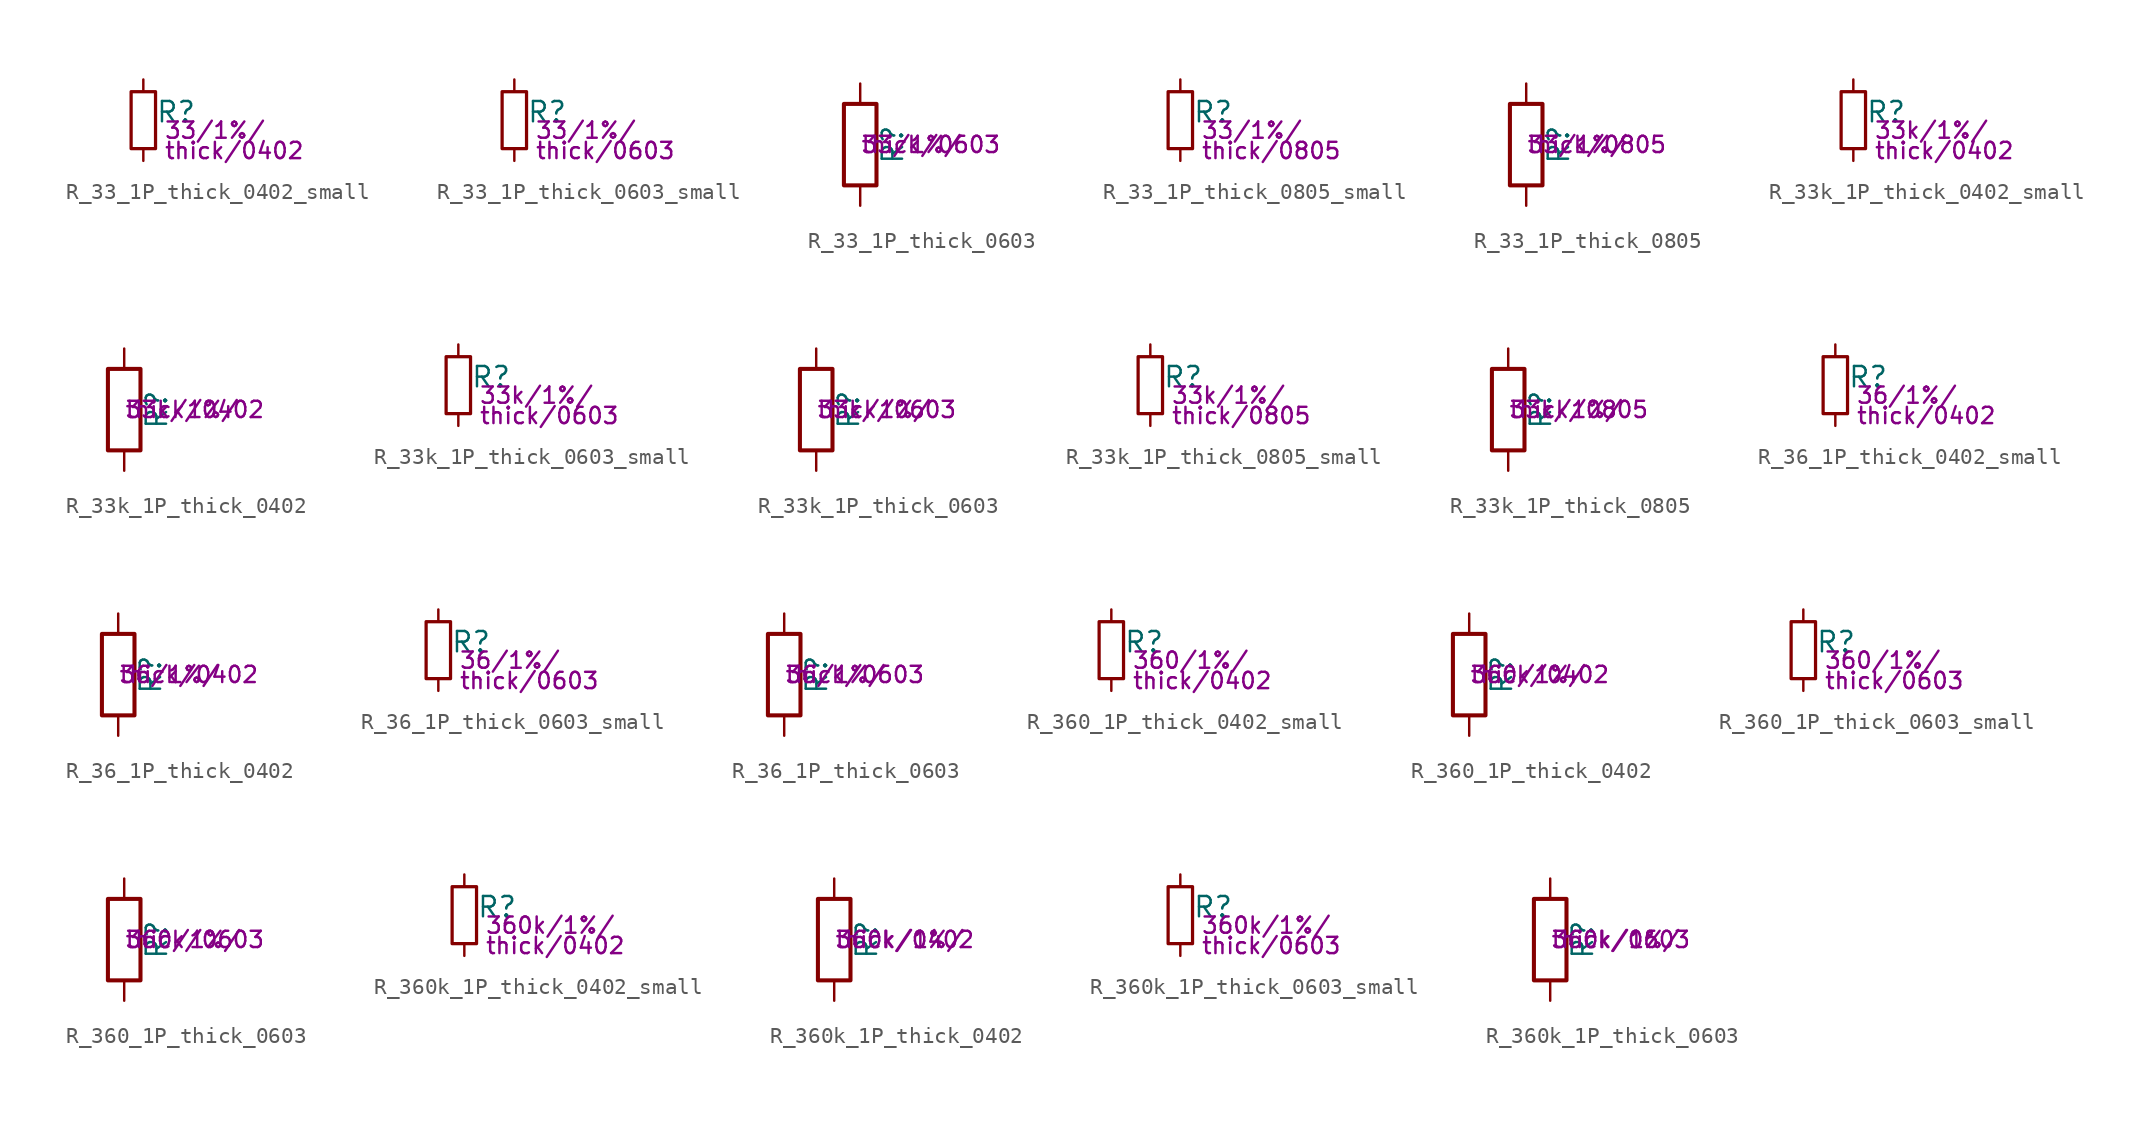
<source format=kicad_sym>
(kicad_symbol_lib
  (version 20211014)
  (generator kicad_symbol_editor)
  (symbol "R_33_1P_thick_0402_small"
    (pin_numbers hide)
    (pin_names
      (offset 0.254) hide)
    (property "Reference" "R"
      (at 0.762 0.508 0)
      (effects (font (size 1.27 1.27)) (justify left)))
    (property "Params" "33/1%/"
      (at 1.27 -0.635 0)
      (effects (font (size 1.016 1.016)) (justify left)))
    (property "Params2" "thick/0402"
      (at 1.27 -1.905 0)
      (effects (font (size 1.016 1.016)) (justify left)))
    (symbol "R_33_1P_thick_0402_small_0_1"
      (rectangle (start -0.762 1.778) (end 0.762 -1.778) (stroke (width 0.203) (type default) (color 0 0 0 0)) (fill (type none))))
    (symbol "R_33_1P_thick_0402_small_1_1"
      (pin passive line (at 0 2.54 270) (length 0.762) (name "~" (effects (font (size 1.27 1.27)))) (number "1" (effects (font (size 1.27 1.27)))))
      (pin passive line (at 0 -2.54 90) (length 0.762) (name "~" (effects (font (size 1.27 1.27)))) (number "2" (effects (font (size 1.27 1.27)))))))
  (symbol "R_33_1P_thick_0603_small"
    (pin_numbers hide)
    (pin_names
      (offset 0.254) hide)
    (property "Reference" "R"
      (at 0.762 0.508 0)
      (effects (font (size 1.27 1.27)) (justify left)))
    (property "Params" "33/1%/"
      (at 1.27 -0.635 0)
      (effects (font (size 1.016 1.016)) (justify left)))
    (property "Params2" "thick/0603"
      (at 1.27 -1.905 0)
      (effects (font (size 1.016 1.016)) (justify left)))
    (symbol "R_33_1P_thick_0603_small_0_1"
      (rectangle (start -0.762 1.778) (end 0.762 -1.778) (stroke (width 0.203) (type default) (color 0 0 0 0)) (fill (type none))))
    (symbol "R_33_1P_thick_0603_small_1_1"
      (pin passive line (at 0 2.54 270) (length 0.762) (name "~" (effects (font (size 1.27 1.27)))) (number "1" (effects (font (size 1.27 1.27)))))
      (pin passive line (at 0 -2.54 90) (length 0.762) (name "~" (effects (font (size 1.27 1.27)))) (number "2" (effects (font (size 1.27 1.27)))))))
  (symbol "R_33_1P_thick_0603"
    (pin_numbers hide)
    (pin_names
      (offset 0))
    (property "Reference" "R"
      (at 2.032 0 90)
      (effects (font (size 1.27 1.27))))
    (property "Params" "33/1%/"
      (at 0 0 0)
      (effects (font (size 1.016 1.016)) (justify left)))
    (property "Params2" "thick/0603"
      (at 0 0 0)
      (effects (font (size 1.016 1.016)) (justify left)))
    (symbol "R_33_1P_thick_0603_0_1"
      (rectangle (start -1.016 -2.54) (end 1.016 2.54) (stroke (width 0.254) (type default) (color 0 0 0 0)) (fill (type none))))
    (symbol "R_33_1P_thick_0603_1_1"
      (pin passive line (at 0 3.81 270) (length 1.27) (name "~" (effects (font (size 1.27 1.27)))) (number "1" (effects (font (size 1.27 1.27)))))
      (pin passive line (at 0 -3.81 90) (length 1.27) (name "~" (effects (font (size 1.27 1.27)))) (number "2" (effects (font (size 1.27 1.27)))))))
  (symbol "R_33_1P_thick_0805_small"
    (pin_numbers hide)
    (pin_names
      (offset 0.254) hide)
    (property "Reference" "R"
      (at 0.762 0.508 0)
      (effects (font (size 1.27 1.27)) (justify left)))
    (property "Params" "33/1%/"
      (at 1.27 -0.635 0)
      (effects (font (size 1.016 1.016)) (justify left)))
    (property "Params2" "thick/0805"
      (at 1.27 -1.905 0)
      (effects (font (size 1.016 1.016)) (justify left)))
    (symbol "R_33_1P_thick_0805_small_0_1"
      (rectangle (start -0.762 1.778) (end 0.762 -1.778) (stroke (width 0.203) (type default) (color 0 0 0 0)) (fill (type none))))
    (symbol "R_33_1P_thick_0805_small_1_1"
      (pin passive line (at 0 2.54 270) (length 0.762) (name "~" (effects (font (size 1.27 1.27)))) (number "1" (effects (font (size 1.27 1.27)))))
      (pin passive line (at 0 -2.54 90) (length 0.762) (name "~" (effects (font (size 1.27 1.27)))) (number "2" (effects (font (size 1.27 1.27)))))))
  (symbol "R_33_1P_thick_0805"
    (pin_numbers hide)
    (pin_names
      (offset 0))
    (property "Reference" "R"
      (at 2.032 0 90)
      (effects (font (size 1.27 1.27))))
    (property "Params" "33/1%/"
      (at 0 0 0)
      (effects (font (size 1.016 1.016)) (justify left)))
    (property "Params2" "thick/0805"
      (at 0 0 0)
      (effects (font (size 1.016 1.016)) (justify left)))
    (symbol "R_33_1P_thick_0805_0_1"
      (rectangle (start -1.016 -2.54) (end 1.016 2.54) (stroke (width 0.254) (type default) (color 0 0 0 0)) (fill (type none))))
    (symbol "R_33_1P_thick_0805_1_1"
      (pin passive line (at 0 3.81 270) (length 1.27) (name "~" (effects (font (size 1.27 1.27)))) (number "1" (effects (font (size 1.27 1.27)))))
      (pin passive line (at 0 -3.81 90) (length 1.27) (name "~" (effects (font (size 1.27 1.27)))) (number "2" (effects (font (size 1.27 1.27)))))))
  (symbol "R_33k_1P_thick_0402_small"
    (pin_numbers hide)
    (pin_names
      (offset 0.254) hide)
    (property "Reference" "R"
      (at 0.762 0.508 0)
      (effects (font (size 1.27 1.27)) (justify left)))
    (property "Params" "33k/1%/"
      (at 1.27 -0.635 0)
      (effects (font (size 1.016 1.016)) (justify left)))
    (property "Params2" "thick/0402"
      (at 1.27 -1.905 0)
      (effects (font (size 1.016 1.016)) (justify left)))
    (symbol "R_33k_1P_thick_0402_small_0_1"
      (rectangle (start -0.762 1.778) (end 0.762 -1.778) (stroke (width 0.203) (type default) (color 0 0 0 0)) (fill (type none))))
    (symbol "R_33k_1P_thick_0402_small_1_1"
      (pin passive line (at 0 2.54 270) (length 0.762) (name "~" (effects (font (size 1.27 1.27)))) (number "1" (effects (font (size 1.27 1.27)))))
      (pin passive line (at 0 -2.54 90) (length 0.762) (name "~" (effects (font (size 1.27 1.27)))) (number "2" (effects (font (size 1.27 1.27)))))))
  (symbol "R_33k_1P_thick_0402"
    (pin_numbers hide)
    (pin_names
      (offset 0))
    (property "Reference" "R"
      (at 2.032 0 90)
      (effects (font (size 1.27 1.27))))
    (property "Params" "33k/1%/"
      (at 0 0 0)
      (effects (font (size 1.016 1.016)) (justify left)))
    (property "Params2" "thick/0402"
      (at 0 0 0)
      (effects (font (size 1.016 1.016)) (justify left)))
    (symbol "R_33k_1P_thick_0402_0_1"
      (rectangle (start -1.016 -2.54) (end 1.016 2.54) (stroke (width 0.254) (type default) (color 0 0 0 0)) (fill (type none))))
    (symbol "R_33k_1P_thick_0402_1_1"
      (pin passive line (at 0 3.81 270) (length 1.27) (name "~" (effects (font (size 1.27 1.27)))) (number "1" (effects (font (size 1.27 1.27)))))
      (pin passive line (at 0 -3.81 90) (length 1.27) (name "~" (effects (font (size 1.27 1.27)))) (number "2" (effects (font (size 1.27 1.27)))))))
  (symbol "R_33k_1P_thick_0603_small"
    (pin_numbers hide)
    (pin_names
      (offset 0.254) hide)
    (property "Reference" "R"
      (at 0.762 0.508 0)
      (effects (font (size 1.27 1.27)) (justify left)))
    (property "Params" "33k/1%/"
      (at 1.27 -0.635 0)
      (effects (font (size 1.016 1.016)) (justify left)))
    (property "Params2" "thick/0603"
      (at 1.27 -1.905 0)
      (effects (font (size 1.016 1.016)) (justify left)))
    (symbol "R_33k_1P_thick_0603_small_0_1"
      (rectangle (start -0.762 1.778) (end 0.762 -1.778) (stroke (width 0.203) (type default) (color 0 0 0 0)) (fill (type none))))
    (symbol "R_33k_1P_thick_0603_small_1_1"
      (pin passive line (at 0 2.54 270) (length 0.762) (name "~" (effects (font (size 1.27 1.27)))) (number "1" (effects (font (size 1.27 1.27)))))
      (pin passive line (at 0 -2.54 90) (length 0.762) (name "~" (effects (font (size 1.27 1.27)))) (number "2" (effects (font (size 1.27 1.27)))))))
  (symbol "R_33k_1P_thick_0603"
    (pin_numbers hide)
    (pin_names
      (offset 0))
    (property "Reference" "R"
      (at 2.032 0 90)
      (effects (font (size 1.27 1.27))))
    (property "Params" "33k/1%/"
      (at 0 0 0)
      (effects (font (size 1.016 1.016)) (justify left)))
    (property "Params2" "thick/0603"
      (at 0 0 0)
      (effects (font (size 1.016 1.016)) (justify left)))
    (symbol "R_33k_1P_thick_0603_0_1"
      (rectangle (start -1.016 -2.54) (end 1.016 2.54) (stroke (width 0.254) (type default) (color 0 0 0 0)) (fill (type none))))
    (symbol "R_33k_1P_thick_0603_1_1"
      (pin passive line (at 0 3.81 270) (length 1.27) (name "~" (effects (font (size 1.27 1.27)))) (number "1" (effects (font (size 1.27 1.27)))))
      (pin passive line (at 0 -3.81 90) (length 1.27) (name "~" (effects (font (size 1.27 1.27)))) (number "2" (effects (font (size 1.27 1.27)))))))
  (symbol "R_33k_1P_thick_0805_small"
    (pin_numbers hide)
    (pin_names
      (offset 0.254) hide)
    (property "Reference" "R"
      (at 0.762 0.508 0)
      (effects (font (size 1.27 1.27)) (justify left)))
    (property "Params" "33k/1%/"
      (at 1.27 -0.635 0)
      (effects (font (size 1.016 1.016)) (justify left)))
    (property "Params2" "thick/0805"
      (at 1.27 -1.905 0)
      (effects (font (size 1.016 1.016)) (justify left)))
    (symbol "R_33k_1P_thick_0805_small_0_1"
      (rectangle (start -0.762 1.778) (end 0.762 -1.778) (stroke (width 0.203) (type default) (color 0 0 0 0)) (fill (type none))))
    (symbol "R_33k_1P_thick_0805_small_1_1"
      (pin passive line (at 0 2.54 270) (length 0.762) (name "~" (effects (font (size 1.27 1.27)))) (number "1" (effects (font (size 1.27 1.27)))))
      (pin passive line (at 0 -2.54 90) (length 0.762) (name "~" (effects (font (size 1.27 1.27)))) (number "2" (effects (font (size 1.27 1.27)))))))
  (symbol "R_33k_1P_thick_0805"
    (pin_numbers hide)
    (pin_names
      (offset 0))
    (property "Reference" "R"
      (at 2.032 0 90)
      (effects (font (size 1.27 1.27))))
    (property "Params" "33k/1%/"
      (at 0 0 0)
      (effects (font (size 1.016 1.016)) (justify left)))
    (property "Params2" "thick/0805"
      (at 0 0 0)
      (effects (font (size 1.016 1.016)) (justify left)))
    (symbol "R_33k_1P_thick_0805_0_1"
      (rectangle (start -1.016 -2.54) (end 1.016 2.54) (stroke (width 0.254) (type default) (color 0 0 0 0)) (fill (type none))))
    (symbol "R_33k_1P_thick_0805_1_1"
      (pin passive line (at 0 3.81 270) (length 1.27) (name "~" (effects (font (size 1.27 1.27)))) (number "1" (effects (font (size 1.27 1.27)))))
      (pin passive line (at 0 -3.81 90) (length 1.27) (name "~" (effects (font (size 1.27 1.27)))) (number "2" (effects (font (size 1.27 1.27)))))))
  (symbol "R_36_1P_thick_0402_small"
    (pin_numbers hide)
    (pin_names
      (offset 0.254) hide)
    (property "Reference" "R"
      (at 0.762 0.508 0)
      (effects (font (size 1.27 1.27)) (justify left)))
    (property "Params" "36/1%/"
      (at 1.27 -0.635 0)
      (effects (font (size 1.016 1.016)) (justify left)))
    (property "Params2" "thick/0402"
      (at 1.27 -1.905 0)
      (effects (font (size 1.016 1.016)) (justify left)))
    (symbol "R_36_1P_thick_0402_small_0_1"
      (rectangle (start -0.762 1.778) (end 0.762 -1.778) (stroke (width 0.203) (type default) (color 0 0 0 0)) (fill (type none))))
    (symbol "R_36_1P_thick_0402_small_1_1"
      (pin passive line (at 0 2.54 270) (length 0.762) (name "~" (effects (font (size 1.27 1.27)))) (number "1" (effects (font (size 1.27 1.27)))))
      (pin passive line (at 0 -2.54 90) (length 0.762) (name "~" (effects (font (size 1.27 1.27)))) (number "2" (effects (font (size 1.27 1.27)))))))
  (symbol "R_36_1P_thick_0402"
    (pin_numbers hide)
    (pin_names
      (offset 0))
    (property "Reference" "R"
      (at 2.032 0 90)
      (effects (font (size 1.27 1.27))))
    (property "Params" "36/1%/"
      (at 0 0 0)
      (effects (font (size 1.016 1.016)) (justify left)))
    (property "Params2" "thick/0402"
      (at 0 0 0)
      (effects (font (size 1.016 1.016)) (justify left)))
    (symbol "R_36_1P_thick_0402_0_1"
      (rectangle (start -1.016 -2.54) (end 1.016 2.54) (stroke (width 0.254) (type default) (color 0 0 0 0)) (fill (type none))))
    (symbol "R_36_1P_thick_0402_1_1"
      (pin passive line (at 0 3.81 270) (length 1.27) (name "~" (effects (font (size 1.27 1.27)))) (number "1" (effects (font (size 1.27 1.27)))))
      (pin passive line (at 0 -3.81 90) (length 1.27) (name "~" (effects (font (size 1.27 1.27)))) (number "2" (effects (font (size 1.27 1.27)))))))
  (symbol "R_36_1P_thick_0603_small"
    (pin_numbers hide)
    (pin_names
      (offset 0.254) hide)
    (property "Reference" "R"
      (at 0.762 0.508 0)
      (effects (font (size 1.27 1.27)) (justify left)))
    (property "Params" "36/1%/"
      (at 1.27 -0.635 0)
      (effects (font (size 1.016 1.016)) (justify left)))
    (property "Params2" "thick/0603"
      (at 1.27 -1.905 0)
      (effects (font (size 1.016 1.016)) (justify left)))
    (symbol "R_36_1P_thick_0603_small_0_1"
      (rectangle (start -0.762 1.778) (end 0.762 -1.778) (stroke (width 0.203) (type default) (color 0 0 0 0)) (fill (type none))))
    (symbol "R_36_1P_thick_0603_small_1_1"
      (pin passive line (at 0 2.54 270) (length 0.762) (name "~" (effects (font (size 1.27 1.27)))) (number "1" (effects (font (size 1.27 1.27)))))
      (pin passive line (at 0 -2.54 90) (length 0.762) (name "~" (effects (font (size 1.27 1.27)))) (number "2" (effects (font (size 1.27 1.27)))))))
  (symbol "R_36_1P_thick_0603"
    (pin_numbers hide)
    (pin_names
      (offset 0))
    (property "Reference" "R"
      (at 2.032 0 90)
      (effects (font (size 1.27 1.27))))
    (property "Params" "36/1%/"
      (at 0 0 0)
      (effects (font (size 1.016 1.016)) (justify left)))
    (property "Params2" "thick/0603"
      (at 0 0 0)
      (effects (font (size 1.016 1.016)) (justify left)))
    (symbol "R_36_1P_thick_0603_0_1"
      (rectangle (start -1.016 -2.54) (end 1.016 2.54) (stroke (width 0.254) (type default) (color 0 0 0 0)) (fill (type none))))
    (symbol "R_36_1P_thick_0603_1_1"
      (pin passive line (at 0 3.81 270) (length 1.27) (name "~" (effects (font (size 1.27 1.27)))) (number "1" (effects (font (size 1.27 1.27)))))
      (pin passive line (at 0 -3.81 90) (length 1.27) (name "~" (effects (font (size 1.27 1.27)))) (number "2" (effects (font (size 1.27 1.27)))))))
  (symbol "R_360_1P_thick_0402_small"
    (pin_numbers hide)
    (pin_names
      (offset 0.254) hide)
    (property "Reference" "R"
      (at 0.762 0.508 0)
      (effects (font (size 1.27 1.27)) (justify left)))
    (property "Params" "360/1%/"
      (at 1.27 -0.635 0)
      (effects (font (size 1.016 1.016)) (justify left)))
    (property "Params2" "thick/0402"
      (at 1.27 -1.905 0)
      (effects (font (size 1.016 1.016)) (justify left)))
    (symbol "R_360_1P_thick_0402_small_0_1"
      (rectangle (start -0.762 1.778) (end 0.762 -1.778) (stroke (width 0.203) (type default) (color 0 0 0 0)) (fill (type none))))
    (symbol "R_360_1P_thick_0402_small_1_1"
      (pin passive line (at 0 2.54 270) (length 0.762) (name "~" (effects (font (size 1.27 1.27)))) (number "1" (effects (font (size 1.27 1.27)))))
      (pin passive line (at 0 -2.54 90) (length 0.762) (name "~" (effects (font (size 1.27 1.27)))) (number "2" (effects (font (size 1.27 1.27)))))))
  (symbol "R_360_1P_thick_0402"
    (pin_numbers hide)
    (pin_names
      (offset 0))
    (property "Reference" "R"
      (at 2.032 0 90)
      (effects (font (size 1.27 1.27))))
    (property "Params" "360/1%/"
      (at 0 0 0)
      (effects (font (size 1.016 1.016)) (justify left)))
    (property "Params2" "thick/0402"
      (at 0 0 0)
      (effects (font (size 1.016 1.016)) (justify left)))
    (symbol "R_360_1P_thick_0402_0_1"
      (rectangle (start -1.016 -2.54) (end 1.016 2.54) (stroke (width 0.254) (type default) (color 0 0 0 0)) (fill (type none))))
    (symbol "R_360_1P_thick_0402_1_1"
      (pin passive line (at 0 3.81 270) (length 1.27) (name "~" (effects (font (size 1.27 1.27)))) (number "1" (effects (font (size 1.27 1.27)))))
      (pin passive line (at 0 -3.81 90) (length 1.27) (name "~" (effects (font (size 1.27 1.27)))) (number "2" (effects (font (size 1.27 1.27)))))))
  (symbol "R_360_1P_thick_0603_small"
    (pin_numbers hide)
    (pin_names
      (offset 0.254) hide)
    (property "Reference" "R"
      (at 0.762 0.508 0)
      (effects (font (size 1.27 1.27)) (justify left)))
    (property "Params" "360/1%/"
      (at 1.27 -0.635 0)
      (effects (font (size 1.016 1.016)) (justify left)))
    (property "Params2" "thick/0603"
      (at 1.27 -1.905 0)
      (effects (font (size 1.016 1.016)) (justify left)))
    (symbol "R_360_1P_thick_0603_small_0_1"
      (rectangle (start -0.762 1.778) (end 0.762 -1.778) (stroke (width 0.203) (type default) (color 0 0 0 0)) (fill (type none))))
    (symbol "R_360_1P_thick_0603_small_1_1"
      (pin passive line (at 0 2.54 270) (length 0.762) (name "~" (effects (font (size 1.27 1.27)))) (number "1" (effects (font (size 1.27 1.27)))))
      (pin passive line (at 0 -2.54 90) (length 0.762) (name "~" (effects (font (size 1.27 1.27)))) (number "2" (effects (font (size 1.27 1.27)))))))
  (symbol "R_360_1P_thick_0603"
    (pin_numbers hide)
    (pin_names
      (offset 0))
    (property "Reference" "R"
      (at 2.032 0 90)
      (effects (font (size 1.27 1.27))))
    (property "Params" "360/1%/"
      (at 0 0 0)
      (effects (font (size 1.016 1.016)) (justify left)))
    (property "Params2" "thick/0603"
      (at 0 0 0)
      (effects (font (size 1.016 1.016)) (justify left)))
    (symbol "R_360_1P_thick_0603_0_1"
      (rectangle (start -1.016 -2.54) (end 1.016 2.54) (stroke (width 0.254) (type default) (color 0 0 0 0)) (fill (type none))))
    (symbol "R_360_1P_thick_0603_1_1"
      (pin passive line (at 0 3.81 270) (length 1.27) (name "~" (effects (font (size 1.27 1.27)))) (number "1" (effects (font (size 1.27 1.27)))))
      (pin passive line (at 0 -3.81 90) (length 1.27) (name "~" (effects (font (size 1.27 1.27)))) (number "2" (effects (font (size 1.27 1.27)))))))
  (symbol "R_360k_1P_thick_0402_small"
    (pin_numbers hide)
    (pin_names
      (offset 0.254) hide)
    (property "Reference" "R"
      (at 0.762 0.508 0)
      (effects (font (size 1.27 1.27)) (justify left)))
    (property "Params" "360k/1%/"
      (at 1.27 -0.635 0)
      (effects (font (size 1.016 1.016)) (justify left)))
    (property "Params2" "thick/0402"
      (at 1.27 -1.905 0)
      (effects (font (size 1.016 1.016)) (justify left)))
    (symbol "R_360k_1P_thick_0402_small_0_1"
      (rectangle (start -0.762 1.778) (end 0.762 -1.778) (stroke (width 0.203) (type default) (color 0 0 0 0)) (fill (type none))))
    (symbol "R_360k_1P_thick_0402_small_1_1"
      (pin passive line (at 0 2.54 270) (length 0.762) (name "~" (effects (font (size 1.27 1.27)))) (number "1" (effects (font (size 1.27 1.27)))))
      (pin passive line (at 0 -2.54 90) (length 0.762) (name "~" (effects (font (size 1.27 1.27)))) (number "2" (effects (font (size 1.27 1.27)))))))
  (symbol "R_360k_1P_thick_0402"
    (pin_numbers hide)
    (pin_names
      (offset 0))
    (property "Reference" "R"
      (at 2.032 0 90)
      (effects (font (size 1.27 1.27))))
    (property "Params" "360k/1%/"
      (at 0 0 0)
      (effects (font (size 1.016 1.016)) (justify left)))
    (property "Params2" "thick/0402"
      (at 0 0 0)
      (effects (font (size 1.016 1.016)) (justify left)))
    (symbol "R_360k_1P_thick_0402_0_1"
      (rectangle (start -1.016 -2.54) (end 1.016 2.54) (stroke (width 0.254) (type default) (color 0 0 0 0)) (fill (type none))))
    (symbol "R_360k_1P_thick_0402_1_1"
      (pin passive line (at 0 3.81 270) (length 1.27) (name "~" (effects (font (size 1.27 1.27)))) (number "1" (effects (font (size 1.27 1.27)))))
      (pin passive line (at 0 -3.81 90) (length 1.27) (name "~" (effects (font (size 1.27 1.27)))) (number "2" (effects (font (size 1.27 1.27)))))))
  (symbol "R_360k_1P_thick_0603_small"
    (pin_numbers hide)
    (pin_names
      (offset 0.254) hide)
    (property "Reference" "R"
      (at 0.762 0.508 0)
      (effects (font (size 1.27 1.27)) (justify left)))
    (property "Params" "360k/1%/"
      (at 1.27 -0.635 0)
      (effects (font (size 1.016 1.016)) (justify left)))
    (property "Params2" "thick/0603"
      (at 1.27 -1.905 0)
      (effects (font (size 1.016 1.016)) (justify left)))
    (symbol "R_360k_1P_thick_0603_small_0_1"
      (rectangle (start -0.762 1.778) (end 0.762 -1.778) (stroke (width 0.203) (type default) (color 0 0 0 0)) (fill (type none))))
    (symbol "R_360k_1P_thick_0603_small_1_1"
      (pin passive line (at 0 2.54 270) (length 0.762) (name "~" (effects (font (size 1.27 1.27)))) (number "1" (effects (font (size 1.27 1.27)))))
      (pin passive line (at 0 -2.54 90) (length 0.762) (name "~" (effects (font (size 1.27 1.27)))) (number "2" (effects (font (size 1.27 1.27)))))))
  (symbol "R_360k_1P_thick_0603"
    (pin_numbers hide)
    (pin_names
      (offset 0))
    (property "Reference" "R"
      (at 2.032 0 90)
      (effects (font (size 1.27 1.27))))
    (property "Params" "360k/1%/"
      (at 0 0 0)
      (effects (font (size 1.016 1.016)) (justify left)))
    (property "Params2" "thick/0603"
      (at 0 0 0)
      (effects (font (size 1.016 1.016)) (justify left)))
    (symbol "R_360k_1P_thick_0603_0_1"
      (rectangle (start -1.016 -2.54) (end 1.016 2.54) (stroke (width 0.254) (type default) (color 0 0 0 0)) (fill (type none))))
    (symbol "R_360k_1P_thick_0603_1_1"
      (pin passive line (at 0 3.81 270) (length 1.27) (name "~" (effects (font (size 1.27 1.27)))) (number "1" (effects (font (size 1.27 1.27)))))
      (pin passive line (at 0 -3.81 90) (length 1.27) (name "~" (effects (font (size 1.27 1.27)))) (number "2" (effects (font (size 1.27 1.27))))))))
</source>
